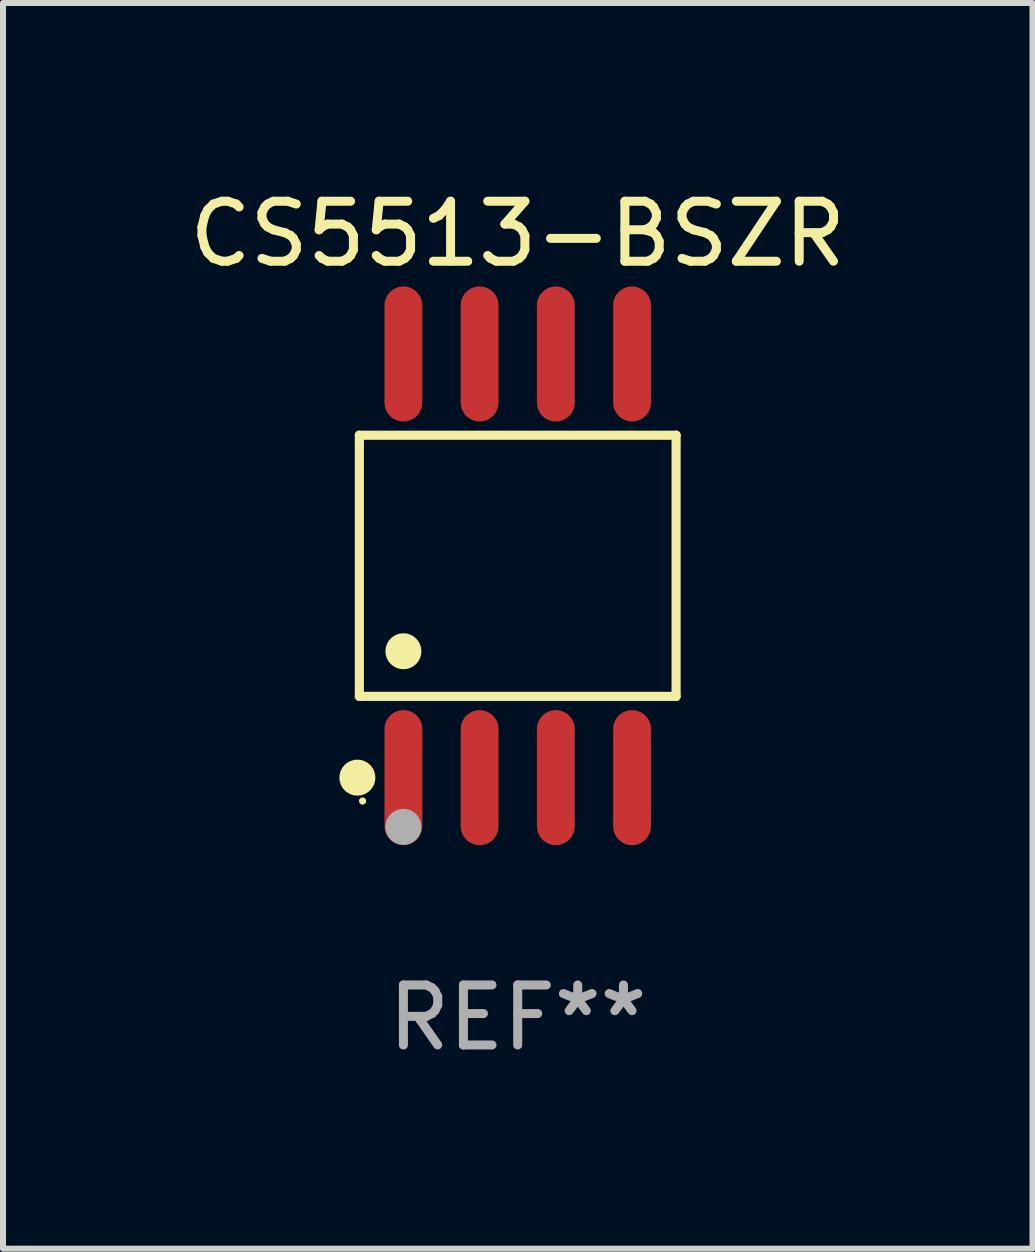
<source format=kicad_pcb>
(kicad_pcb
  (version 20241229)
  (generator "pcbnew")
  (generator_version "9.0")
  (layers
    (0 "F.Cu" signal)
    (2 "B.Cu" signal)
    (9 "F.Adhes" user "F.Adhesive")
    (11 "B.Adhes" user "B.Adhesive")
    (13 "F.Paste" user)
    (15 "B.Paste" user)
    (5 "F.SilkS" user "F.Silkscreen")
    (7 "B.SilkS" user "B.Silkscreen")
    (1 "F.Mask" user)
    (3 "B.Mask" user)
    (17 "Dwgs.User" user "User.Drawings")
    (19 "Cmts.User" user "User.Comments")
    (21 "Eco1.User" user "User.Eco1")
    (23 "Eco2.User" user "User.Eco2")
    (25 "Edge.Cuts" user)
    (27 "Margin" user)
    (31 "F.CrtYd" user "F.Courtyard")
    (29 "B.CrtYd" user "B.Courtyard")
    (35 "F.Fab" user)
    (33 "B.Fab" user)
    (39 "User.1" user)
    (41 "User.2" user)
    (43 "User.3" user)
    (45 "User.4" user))
  (footprint "CS5513-BSZR"
    (layer "F.Cu")
    (at 5.577 6.378)
    (property "Reference" "CS5513-BSZR" (at 0 -5.53 0) (layer "F.SilkS") (effects (font (size 1 1) (thickness 0.15))))
    (attr through_hole)
    (fp_line (start -2.639 -2.176) (end 2.639 -2.176) (stroke (width 0.152) (type solid)) (layer "F.SilkS"))
    (fp_line (start -2.639 2.176) (end -2.639 -2.176) (stroke (width 0.152) (type solid)) (layer "F.SilkS"))
    (fp_line (start 2.639 -2.176) (end 2.639 2.176) (stroke (width 0.152) (type solid)) (layer "F.SilkS"))
    (fp_line (start 2.639 2.176) (end -2.639 2.176) (stroke (width 0.152) (type solid)) (layer "F.SilkS"))
    (fp_circle (center -2.672 3.53) (end -2.522 3.53) (stroke (width 0.3) (type solid)) (fill no) (layer "F.SilkS"))
    (fp_circle (center -2.585 3.92) (end -2.555 3.92) (stroke (width 0.06) (type solid)) (fill no) (layer "F.SilkS"))
    (fp_circle (center -1.905 1.424) (end -1.755 1.424) (stroke (width 0.3) (type solid)) (fill no) (layer "F.SilkS"))
    (fp_circle (center -1.905 4.35) (end -1.755 4.35) (stroke (width 0.3) (type solid)) (fill no) (layer "F.Fab"))
    (fp_text user "REF**" (at 0 7.53 0) (layer "F.Fab") (effects (font (size 1 1) (thickness 0.15))))
    (pad "1" smd oval (at -1.905 3.53) (size 0.63 2.25) (layers "F.Cu" "F.Mask" "F.Paste"))
    (pad "2" smd oval (at -0.635 3.53) (size 0.63 2.25) (layers "F.Cu" "F.Mask" "F.Paste"))
    (pad "3" smd oval (at 0.635 3.53) (size 0.63 2.25) (layers "F.Cu" "F.Mask" "F.Paste"))
    (pad "4" smd oval (at 1.905 3.53) (size 0.63 2.25) (layers "F.Cu" "F.Mask" "F.Paste"))
    (pad "5" smd oval (at 1.905 -3.53) (size 0.63 2.25) (layers "F.Cu" "F.Mask" "F.Paste"))
    (pad "6" smd oval (at 0.635 -3.53) (size 0.63 2.25) (layers "F.Cu" "F.Mask" "F.Paste"))
    (pad "7" smd oval (at -0.635 -3.53) (size 0.63 2.25) (layers "F.Cu" "F.Mask" "F.Paste"))
    (pad "8" smd oval (at -1.905 -3.53) (size 0.63 2.25) (layers "F.Cu" "F.Mask" "F.Paste")))
  (gr_rect
    (start -3 -3)
    (end 14.155 17.757)
    (stroke (width 0.1) (type default))
    (fill no)
    (layer "Edge.Cuts")))
</source>
